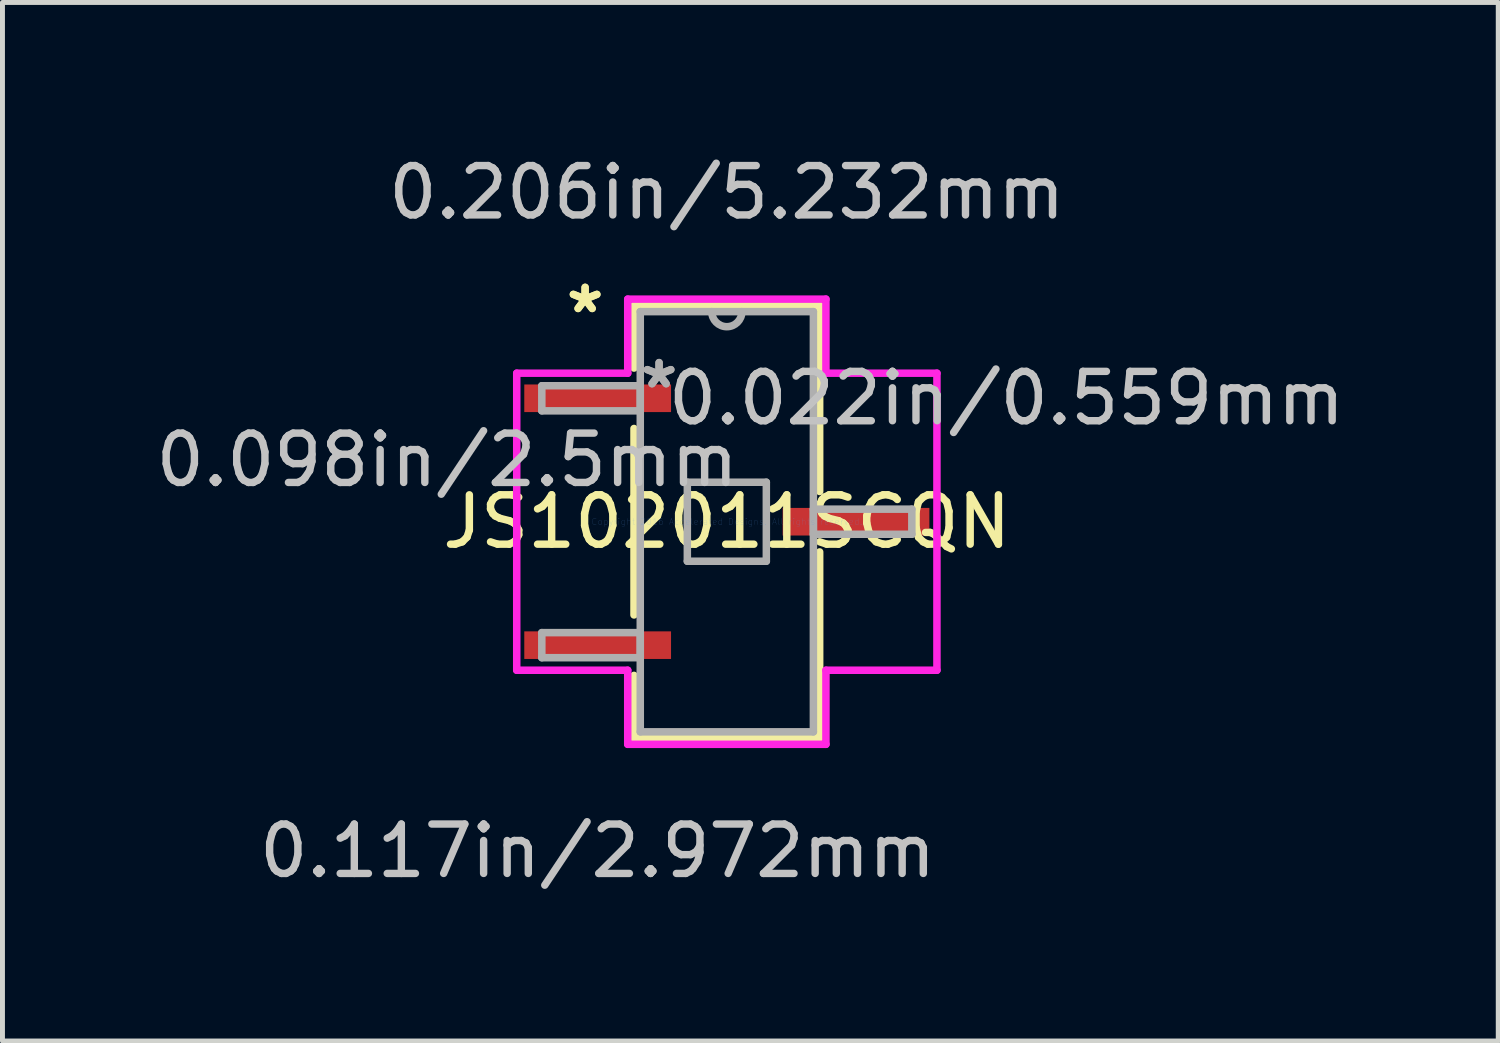
<source format=kicad_pcb>
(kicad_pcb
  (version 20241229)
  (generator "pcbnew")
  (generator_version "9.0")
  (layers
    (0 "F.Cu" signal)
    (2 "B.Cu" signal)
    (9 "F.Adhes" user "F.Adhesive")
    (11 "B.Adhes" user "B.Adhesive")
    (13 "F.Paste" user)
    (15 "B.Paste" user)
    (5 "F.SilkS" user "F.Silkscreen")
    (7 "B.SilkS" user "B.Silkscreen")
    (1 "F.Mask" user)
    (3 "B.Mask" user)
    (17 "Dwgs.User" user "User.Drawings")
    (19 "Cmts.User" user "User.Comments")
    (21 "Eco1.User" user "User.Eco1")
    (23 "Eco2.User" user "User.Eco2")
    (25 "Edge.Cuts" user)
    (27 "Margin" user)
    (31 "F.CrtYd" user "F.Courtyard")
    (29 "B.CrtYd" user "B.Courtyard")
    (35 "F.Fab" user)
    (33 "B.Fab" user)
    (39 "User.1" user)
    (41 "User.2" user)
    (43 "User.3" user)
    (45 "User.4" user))
  (footprint "JS102011SCQN"
    (layer "F.Cu")
    (at 11.67 7.516)
    (property "Reference" "JS102011SCQN" (at 0 0 0) (layer "F.SilkS") (effects (font (size 1 1) (thickness 0.15))))
    (attr through_hole)
    (fp_line (start -1.88 -4.381) (end -1.88 -3.112) (stroke (width 0.152) (type solid)) (layer "F.SilkS"))
    (fp_line (start -1.88 -1.888) (end -1.88 1.888) (stroke (width 0.152) (type solid)) (layer "F.SilkS"))
    (fp_line (start -1.88 3.112) (end -1.88 4.381) (stroke (width 0.152) (type solid)) (layer "F.SilkS"))
    (fp_line (start -1.88 4.381) (end 1.88 4.381) (stroke (width 0.152) (type solid)) (layer "F.SilkS"))
    (fp_line (start 1.88 -4.381) (end -1.88 -4.381) (stroke (width 0.152) (type solid)) (layer "F.SilkS"))
    (fp_line (start 1.88 -0.612) (end 1.88 -4.381) (stroke (width 0.152) (type solid)) (layer "F.SilkS"))
    (fp_line (start 1.88 4.381) (end 1.88 0.612) (stroke (width 0.152) (type solid)) (layer "F.SilkS"))
    (fp_line (start -4.255 -3.008) (end -2.007 -3.008) (stroke (width 0.152) (type solid)) (layer "F.CrtYd"))
    (fp_line (start -4.255 3.008) (end -4.255 -3.008) (stroke (width 0.152) (type solid)) (layer "F.CrtYd"))
    (fp_line (start -2.007 -4.508) (end 2.007 -4.508) (stroke (width 0.152) (type solid)) (layer "F.CrtYd"))
    (fp_line (start -2.007 -3.008) (end -2.007 -4.508) (stroke (width 0.152) (type solid)) (layer "F.CrtYd"))
    (fp_line (start -2.007 3.008) (end -4.255 3.008) (stroke (width 0.152) (type solid)) (layer "F.CrtYd"))
    (fp_line (start -2.007 4.508) (end -2.007 3.008) (stroke (width 0.152) (type solid)) (layer "F.CrtYd"))
    (fp_line (start 2.007 -4.508) (end 2.007 -3.008) (stroke (width 0.152) (type solid)) (layer "F.CrtYd"))
    (fp_line (start 2.007 -3.008) (end 4.255 -3.008) (stroke (width 0.152) (type solid)) (layer "F.CrtYd"))
    (fp_line (start 2.007 3.008) (end 2.007 4.508) (stroke (width 0.152) (type solid)) (layer "F.CrtYd"))
    (fp_line (start 2.007 4.508) (end -2.007 4.508) (stroke (width 0.152) (type solid)) (layer "F.CrtYd"))
    (fp_line (start 4.255 -3.008) (end 4.255 3.008) (stroke (width 0.152) (type solid)) (layer "F.CrtYd"))
    (fp_line (start 4.255 3.008) (end 2.007 3.008) (stroke (width 0.152) (type solid)) (layer "F.CrtYd"))
    (fp_line (start -3.747 -2.754) (end -3.747 -2.246) (stroke (width 0.152) (type solid)) (layer "F.Fab"))
    (fp_line (start -3.747 -2.246) (end -1.753 -2.246) (stroke (width 0.152) (type solid)) (layer "F.Fab"))
    (fp_line (start -3.747 2.246) (end -3.747 2.754) (stroke (width 0.152) (type solid)) (layer "F.Fab"))
    (fp_line (start -3.747 2.754) (end -1.753 2.754) (stroke (width 0.152) (type solid)) (layer "F.Fab"))
    (fp_line (start -1.753 -4.255) (end -1.753 4.255) (stroke (width 0.152) (type solid)) (layer "F.Fab"))
    (fp_line (start -1.753 -2.754) (end -3.747 -2.754) (stroke (width 0.152) (type solid)) (layer "F.Fab"))
    (fp_line (start -1.753 -2.246) (end -1.753 -2.754) (stroke (width 0.152) (type solid)) (layer "F.Fab"))
    (fp_line (start -1.753 2.246) (end -3.747 2.246) (stroke (width 0.152) (type solid)) (layer "F.Fab"))
    (fp_line (start -1.753 2.754) (end -1.753 2.246) (stroke (width 0.152) (type solid)) (layer "F.Fab"))
    (fp_line (start -1.753 4.255) (end 1.753 4.255) (stroke (width 0.152) (type solid)) (layer "F.Fab"))
    (fp_line (start -0.8 -0.8) (end 0.8 -0.8) (stroke (width 0.152) (type solid)) (layer "F.Fab"))
    (fp_line (start -0.8 0.8) (end -0.8 -0.8) (stroke (width 0.152) (type solid)) (layer "F.Fab"))
    (fp_line (start 0.8 -0.8) (end 0.8 0.8) (stroke (width 0.152) (type solid)) (layer "F.Fab"))
    (fp_line (start 0.8 0.8) (end -0.8 0.8) (stroke (width 0.152) (type solid)) (layer "F.Fab"))
    (fp_line (start 1.753 -4.255) (end -1.753 -4.255) (stroke (width 0.152) (type solid)) (layer "F.Fab"))
    (fp_line (start 1.753 -0.254) (end 1.753 0.254) (stroke (width 0.152) (type solid)) (layer "F.Fab"))
    (fp_line (start 1.753 0.254) (end 3.747 0.254) (stroke (width 0.152) (type solid)) (layer "F.Fab"))
    (fp_line (start 1.753 4.255) (end 1.753 -4.255) (stroke (width 0.152) (type solid)) (layer "F.Fab"))
    (fp_line (start 3.747 -0.254) (end 1.753 -0.254) (stroke (width 0.152) (type solid)) (layer "F.Fab"))
    (fp_line (start 3.747 0.254) (end 3.747 -0.254) (stroke (width 0.152) (type solid)) (layer "F.Fab"))
    (fp_arc (start 0.3048 -4.2545) (mid 0 -3.9497) (end -0.3048 -4.2545) (stroke (width 0.1524) (type solid)) (layer "F.Fab"))
    (fp_text user "*" (at -2.87 -4.202 0) (layer "F.SilkS") (effects (font (size 1 1) (thickness 0.15))))
    (fp_text user "*" (at -2.87 -4.202 0) (layer "F.SilkS") (effects (font (size 1 1) (thickness 0.15))))
    (fp_text user "0.117in/2.972mm" (at -2.616 6.668 0) (layer "Dwgs.User") (effects (font (size 1 1) (thickness 0.15))))
    (fp_text user "0.206in/5.232mm" (at 0 -6.668 0) (layer "Dwgs.User") (effects (font (size 1 1) (thickness 0.15))))
    (fp_text user "0.098in/2.5mm" (at -5.664 -1.25 0) (layer "Dwgs.User") (effects (font (size 1 1) (thickness 0.15))))
    (fp_text user "0.022in/0.559mm" (at 5.664 -2.5 0) (layer "Dwgs.User") (effects (font (size 1 1) (thickness 0.15))))
    (fp_text user "Copyright 2016 Accelerated Designs. All rights reserved." (at 0 0 0) (layer "Cmts.User") (effects (font (size 0.127 0.127) (thickness 0.002))))
    (fp_text user "*" (at -1.372 -2.678 0) (layer "F.Fab") (effects (font (size 1 1) (thickness 0.15))))
    (fp_text user "*" (at -1.372 -2.678 0) (layer "F.Fab") (effects (font (size 1 1) (thickness 0.15))))
    (pad "1" smd rect (at -2.616 -2.5) (size 2.972 0.559) (layers "F.Cu" "F.Mask" "F.Paste"))
    (pad "2" smd rect (at 2.616 0) (size 2.972 0.559) (layers "F.Cu" "F.Mask" "F.Paste"))
    (pad "3" smd rect (at -2.616 2.5) (size 2.972 0.559) (layers "F.Cu" "F.Mask" "F.Paste")))
  (gr_rect
    (start -3 -3)
    (end 27.293 18.032)
    (stroke (width 0.1) (type default))
    (fill no)
    (layer "Edge.Cuts")))
</source>
